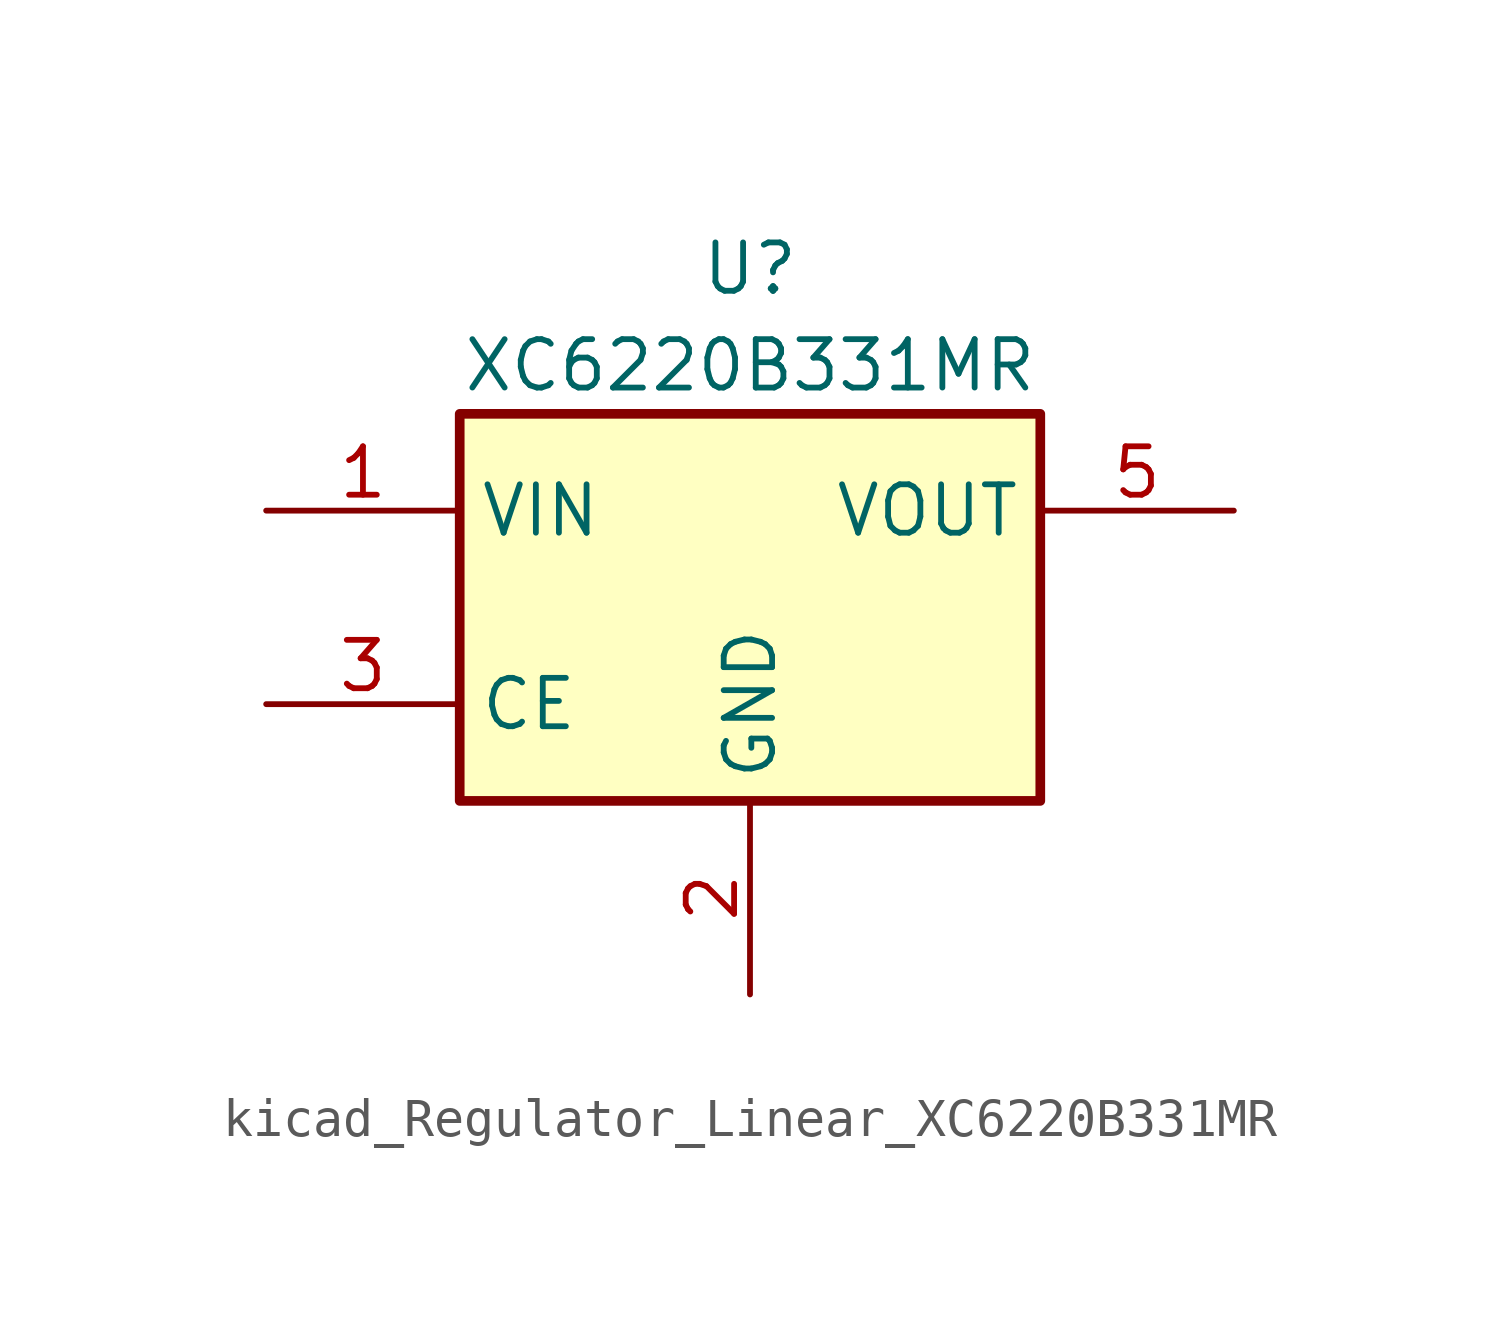
<source format=kicad_sym>
(kicad_symbol_lib
  (version 20220914)
  (generator kicad_symbol_editor)
  (symbol "kicad_Regulator_Linear_XC6220B331MR"
    (property "Reference" "U"
      (at 0 8.89 0)
      (effects (font (size 1.27 1.27))))
    (property "Value" "XC6220B331MR"
      (at 0 6.35 0)
      (effects (font (size 1.27 1.27))))
    (symbol "kicad_Regulator_Linear_XC6220B331MR_0_1"
      (rectangle (start -7.62 5.08) (end 7.62 -5.08) (stroke (width 0.254) (type default)) (fill (type background))))
    (symbol "kicad_Regulator_Linear_XC6220B331MR_1_1"
      (pin power_in line (at -12.7 2.54 0) (length 5.08) (name "VIN" (effects (font (size 1.27 1.27)))) (number "1" (effects (font (size 1.27 1.27)))))
      (pin power_in line (at 0 -10.16 90) (length 5.08) (name "GND" (effects (font (size 1.27 1.27)))) (number "2" (effects (font (size 1.27 1.27)))))
      (pin input line (at -12.7 -2.54 0) (length 5.08) (name "CE" (effects (font (size 1.27 1.27)))) (number "3" (effects (font (size 1.27 1.27)))))
      (pin no_connect line (at 7.62 -2.54 180) (length 5.08) hide (name "NC" (effects (font (size 1.27 1.27)))) (number "4" (effects (font (size 1.27 1.27)))))
      (pin power_out line (at 12.7 2.54 180) (length 5.08) (name "VOUT" (effects (font (size 1.27 1.27)))) (number "5" (effects (font (size 1.27 1.27))))))))
</source>
